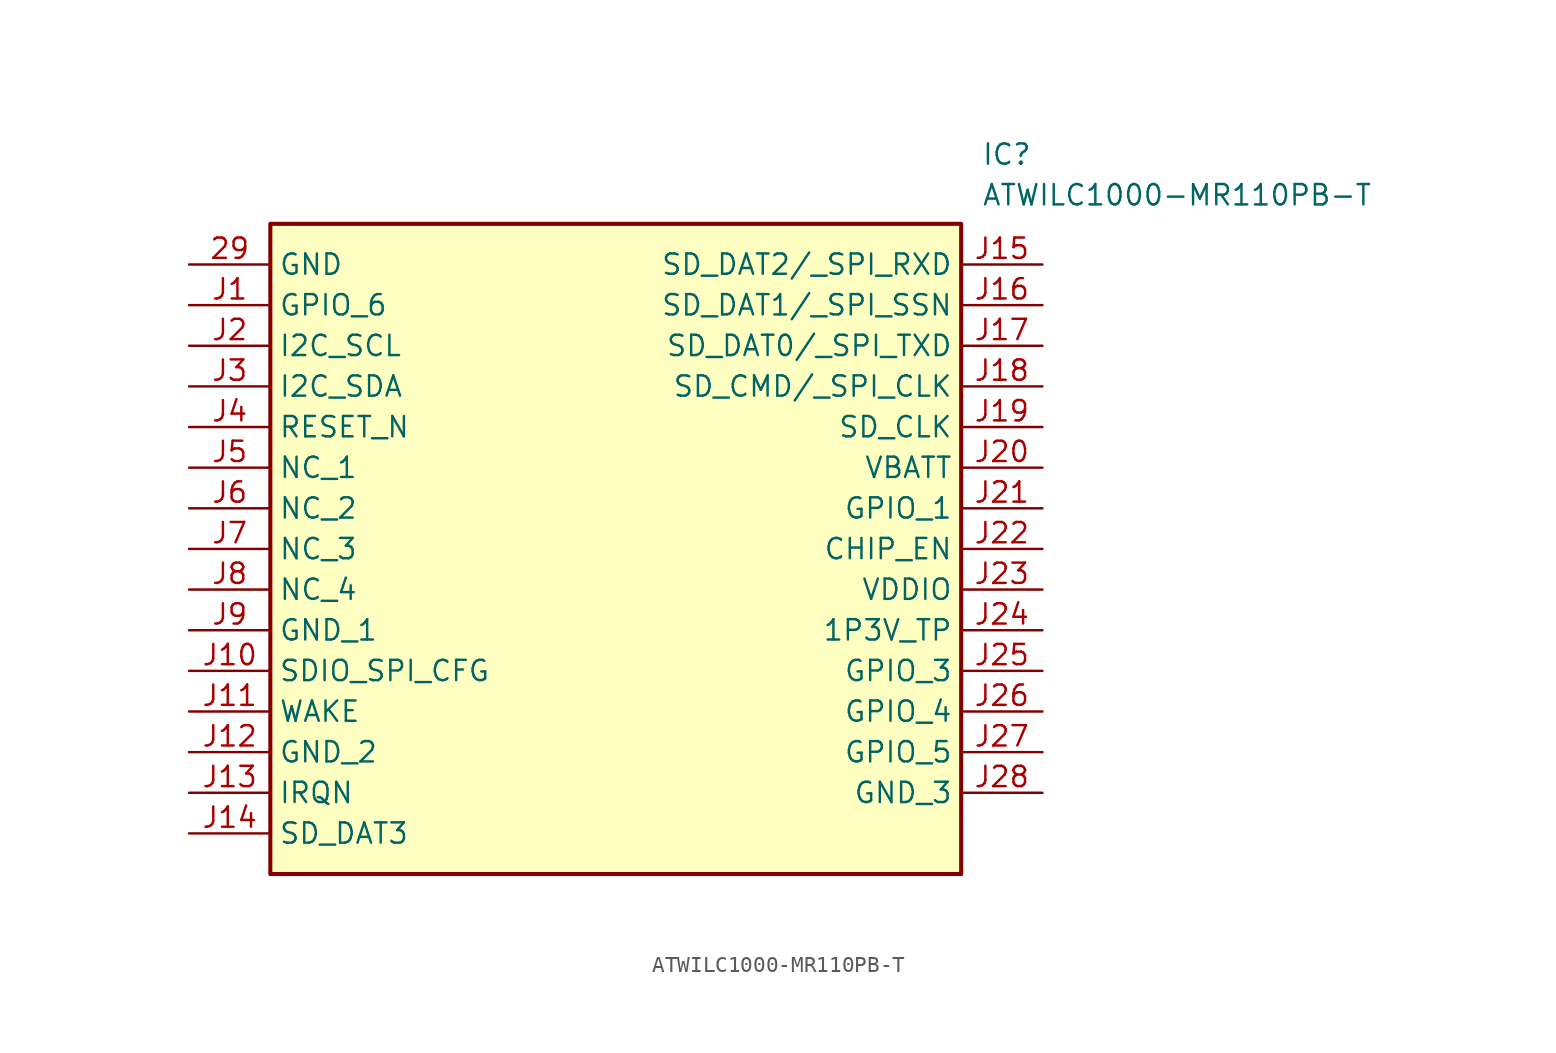
<source format=kicad_sym>
(kicad_symbol_lib
  (version 20211014)
  (generator SamacSys_ECAD_Model)
  (symbol "ATWILC1000-MR110PB-T"
    (property "Reference" "IC"
      (at 49.53 7.62 0)
      (effects (font (size 1.27 1.27)) (justify left top)))
    (property "Value" "ATWILC1000-MR110PB-T"
      (at 49.53 5.08 0)
      (effects (font (size 1.27 1.27)) (justify left top)))
    (rectangle
      (start 5.08 2.54)
      (end 48.26 -38.1)
      (stroke (width 0.254) (type default))
      (fill (type background)))
    (pin passive line
      (at 0 0 0)
      (length 5.08)
      (name "GND" (effects (font (size 1.27 1.27))))
      (number "29" (effects (font (size 1.27 1.27)))))
    (pin passive line
      (at 0 -2.54 0)
      (length 5.08)
      (name "GPIO_6" (effects (font (size 1.27 1.27))))
      (number "J1" (effects (font (size 1.27 1.27)))))
    (pin passive line
      (at 0 -5.08 0)
      (length 5.08)
      (name "I2C_SCL" (effects (font (size 1.27 1.27))))
      (number "J2" (effects (font (size 1.27 1.27)))))
    (pin passive line
      (at 0 -7.62 0)
      (length 5.08)
      (name "I2C_SDA" (effects (font (size 1.27 1.27))))
      (number "J3" (effects (font (size 1.27 1.27)))))
    (pin passive line
      (at 0 -10.16 0)
      (length 5.08)
      (name "RESET_N" (effects (font (size 1.27 1.27))))
      (number "J4" (effects (font (size 1.27 1.27)))))
    (pin passive line
      (at 0 -12.7 0)
      (length 5.08)
      (name "NC_1" (effects (font (size 1.27 1.27))))
      (number "J5" (effects (font (size 1.27 1.27)))))
    (pin passive line
      (at 0 -15.24 0)
      (length 5.08)
      (name "NC_2" (effects (font (size 1.27 1.27))))
      (number "J6" (effects (font (size 1.27 1.27)))))
    (pin passive line
      (at 0 -17.78 0)
      (length 5.08)
      (name "NC_3" (effects (font (size 1.27 1.27))))
      (number "J7" (effects (font (size 1.27 1.27)))))
    (pin passive line
      (at 0 -20.32 0)
      (length 5.08)
      (name "NC_4" (effects (font (size 1.27 1.27))))
      (number "J8" (effects (font (size 1.27 1.27)))))
    (pin passive line
      (at 0 -22.86 0)
      (length 5.08)
      (name "GND_1" (effects (font (size 1.27 1.27))))
      (number "J9" (effects (font (size 1.27 1.27)))))
    (pin passive line
      (at 0 -25.4 0)
      (length 5.08)
      (name "SDIO_SPI_CFG" (effects (font (size 1.27 1.27))))
      (number "J10" (effects (font (size 1.27 1.27)))))
    (pin passive line
      (at 0 -27.94 0)
      (length 5.08)
      (name "WAKE" (effects (font (size 1.27 1.27))))
      (number "J11" (effects (font (size 1.27 1.27)))))
    (pin passive line
      (at 0 -30.48 0)
      (length 5.08)
      (name "GND_2" (effects (font (size 1.27 1.27))))
      (number "J12" (effects (font (size 1.27 1.27)))))
    (pin passive line
      (at 0 -33.02 0)
      (length 5.08)
      (name "IRQN" (effects (font (size 1.27 1.27))))
      (number "J13" (effects (font (size 1.27 1.27)))))
    (pin passive line
      (at 0 -35.56 0)
      (length 5.08)
      (name "SD_DAT3" (effects (font (size 1.27 1.27))))
      (number "J14" (effects (font (size 1.27 1.27)))))
    (pin passive line
      (at 53.34 0 180)
      (length 5.08)
      (name "SD_DAT2/_SPI_RXD" (effects (font (size 1.27 1.27))))
      (number "J15" (effects (font (size 1.27 1.27)))))
    (pin passive line
      (at 53.34 -2.54 180)
      (length 5.08)
      (name "SD_DAT1/_SPI_SSN" (effects (font (size 1.27 1.27))))
      (number "J16" (effects (font (size 1.27 1.27)))))
    (pin passive line
      (at 53.34 -5.08 180)
      (length 5.08)
      (name "SD_DAT0/_SPI_TXD" (effects (font (size 1.27 1.27))))
      (number "J17" (effects (font (size 1.27 1.27)))))
    (pin passive line
      (at 53.34 -7.62 180)
      (length 5.08)
      (name "SD_CMD/_SPI_CLK" (effects (font (size 1.27 1.27))))
      (number "J18" (effects (font (size 1.27 1.27)))))
    (pin passive line
      (at 53.34 -10.16 180)
      (length 5.08)
      (name "SD_CLK" (effects (font (size 1.27 1.27))))
      (number "J19" (effects (font (size 1.27 1.27)))))
    (pin passive line
      (at 53.34 -12.7 180)
      (length 5.08)
      (name "VBATT" (effects (font (size 1.27 1.27))))
      (number "J20" (effects (font (size 1.27 1.27)))))
    (pin passive line
      (at 53.34 -15.24 180)
      (length 5.08)
      (name "GPIO_1" (effects (font (size 1.27 1.27))))
      (number "J21" (effects (font (size 1.27 1.27)))))
    (pin passive line
      (at 53.34 -17.78 180)
      (length 5.08)
      (name "CHIP_EN" (effects (font (size 1.27 1.27))))
      (number "J22" (effects (font (size 1.27 1.27)))))
    (pin passive line
      (at 53.34 -20.32 180)
      (length 5.08)
      (name "VDDIO" (effects (font (size 1.27 1.27))))
      (number "J23" (effects (font (size 1.27 1.27)))))
    (pin passive line
      (at 53.34 -22.86 180)
      (length 5.08)
      (name "1P3V_TP" (effects (font (size 1.27 1.27))))
      (number "J24" (effects (font (size 1.27 1.27)))))
    (pin passive line
      (at 53.34 -25.4 180)
      (length 5.08)
      (name "GPIO_3" (effects (font (size 1.27 1.27))))
      (number "J25" (effects (font (size 1.27 1.27)))))
    (pin passive line
      (at 53.34 -27.94 180)
      (length 5.08)
      (name "GPIO_4" (effects (font (size 1.27 1.27))))
      (number "J26" (effects (font (size 1.27 1.27)))))
    (pin passive line
      (at 53.34 -30.48 180)
      (length 5.08)
      (name "GPIO_5" (effects (font (size 1.27 1.27))))
      (number "J27" (effects (font (size 1.27 1.27)))))
    (pin passive line
      (at 53.34 -33.02 180)
      (length 5.08)
      (name "GND_3" (effects (font (size 1.27 1.27))))
      (number "J28" (effects (font (size 1.27 1.27)))))))
</source>
